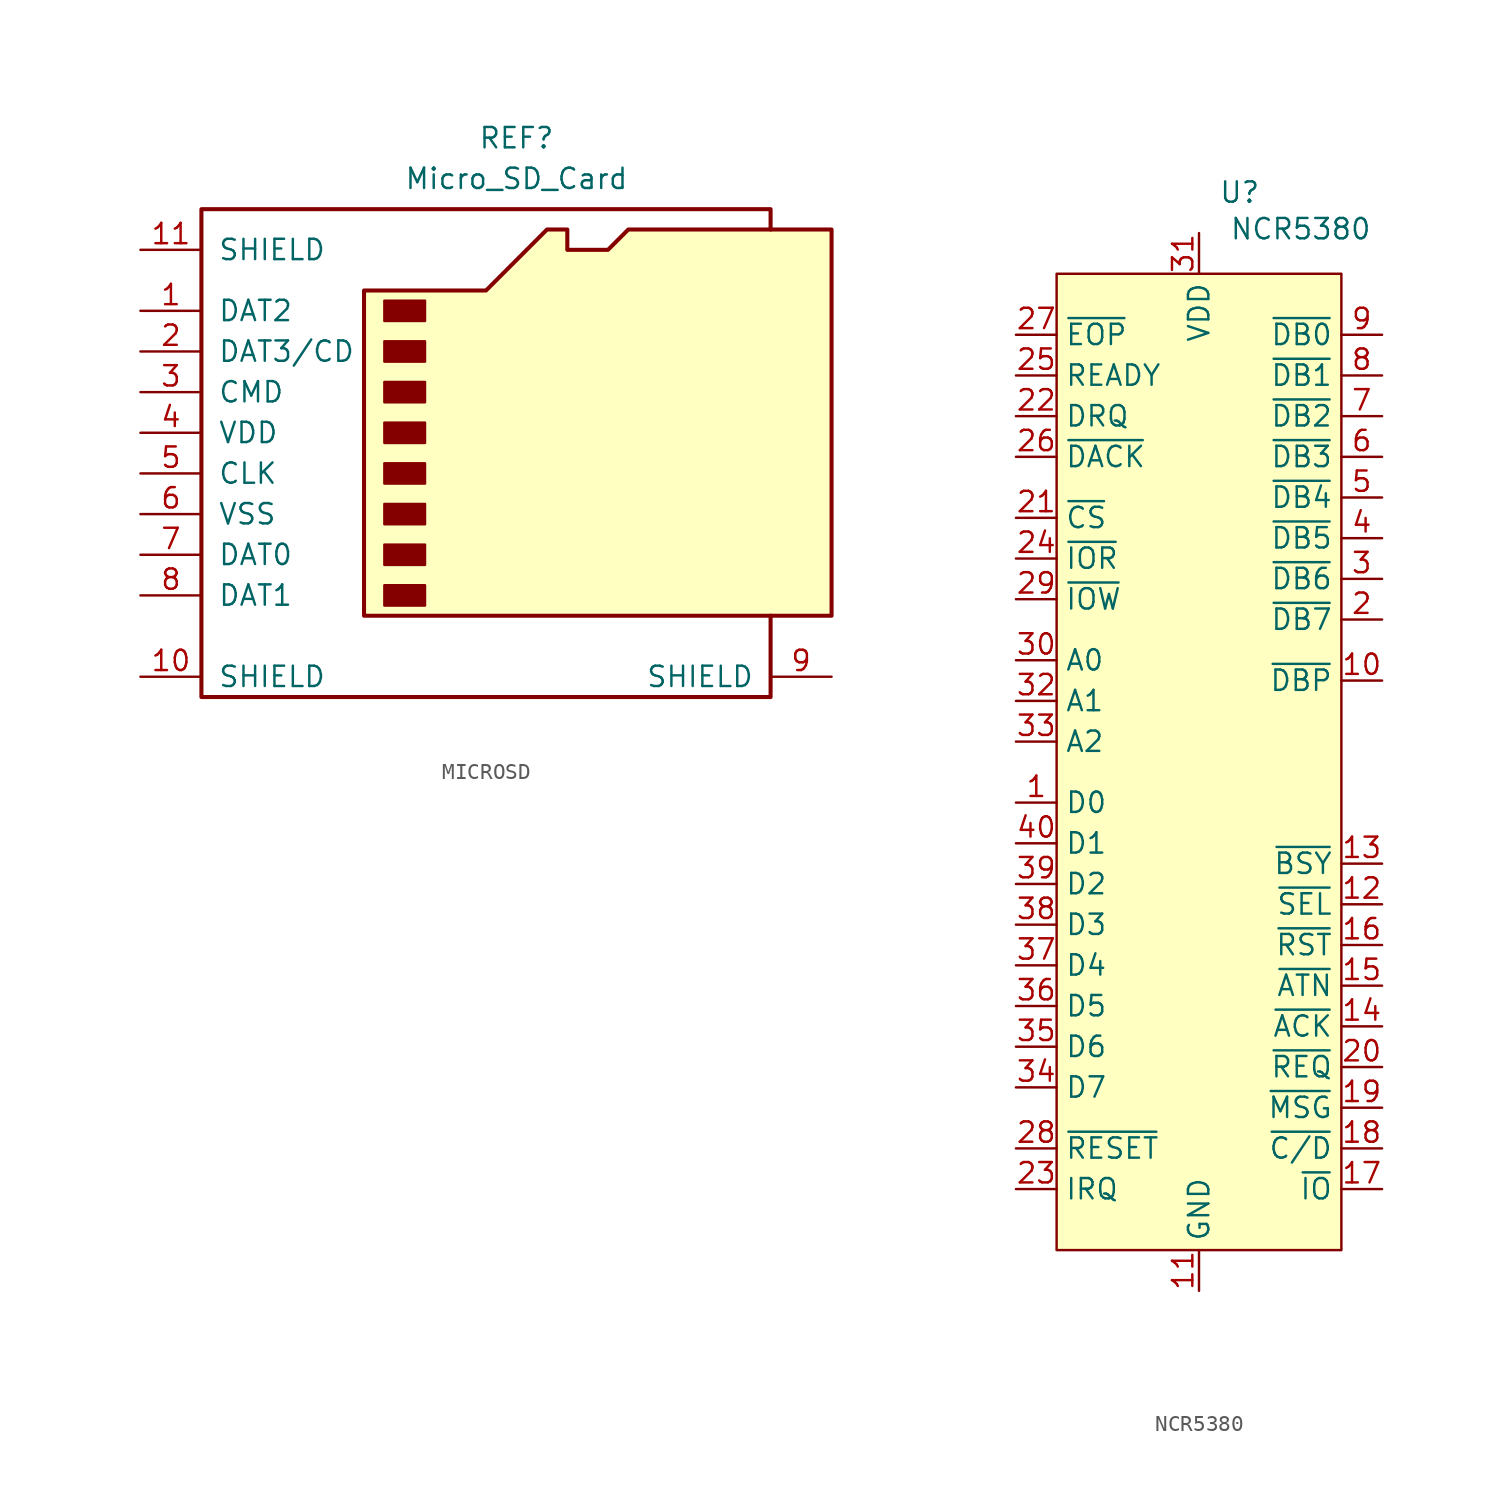
<source format=kicad_sym>
(kicad_symbol_lib
  (version 20231120)
  (generator "kicad_symbol_editor")
  (generator_version "8.0")
  (symbol "MICROSD"
    (pin_names
      (offset 1.016))
    (property "Reference" "REF"
      (at 0.635 18.415 0)
      (effects (font (size 1.27 1.27))))
    (property "Value" "Micro_SD_Card"
      (at 0.635 15.875 0)
      (effects (font (size 1.27 1.27))))
    (symbol "MICROSD_0_1"
      (rectangle (start -7.62 -9.525) (end -5.08 -10.795) (stroke (width 0) (type default)) (fill (type outline)))
      (rectangle (start -7.62 -6.985) (end -5.08 -8.255) (stroke (width 0) (type default)) (fill (type outline)))
      (rectangle (start -7.62 -4.445) (end -5.08 -5.715) (stroke (width 0) (type default)) (fill (type outline)))
      (rectangle (start -7.62 -1.905) (end -5.08 -3.175) (stroke (width 0) (type default)) (fill (type outline)))
      (rectangle (start -7.62 0.635) (end -5.08 -0.635) (stroke (width 0) (type default)) (fill (type outline)))
      (rectangle (start -7.62 3.175) (end -5.08 1.905) (stroke (width 0) (type default)) (fill (type outline)))
      (rectangle (start -7.62 5.715) (end -5.08 4.445) (stroke (width 0) (type default)) (fill (type outline)))
      (rectangle (start -7.62 8.255) (end -5.08 6.985) (stroke (width 0) (type default)) (fill (type outline)))
      (polyline (pts (xy 16.51 12.7) (xy 16.51 13.97) (xy -19.05 13.97) (xy -19.05 -16.51) (xy 16.51 -16.51) (xy 16.51 -11.43)) (stroke (width 0.254) (type default)) (fill (type none)))
      (polyline (pts (xy -8.89 -11.43) (xy -8.89 8.89) (xy -1.27 8.89) (xy 2.54 12.7) (xy 3.81 12.7) (xy 3.81 11.43) (xy 6.35 11.43) (xy 7.62 12.7) (xy 20.32 12.7) (xy 20.32 -11.43) (xy -8.89 -11.43)) (stroke (width 0.254) (type default)) (fill (type background))))
    (symbol "MICROSD_1_1"
      (pin bidirectional line (at -22.86 7.62 0) (length 3.81) (name "DAT2" (effects (font (size 1.27 1.27)))) (number "1" (effects (font (size 1.27 1.27)))))
      (pin passive line (at -22.86 -15.24 0) (length 3.81) (name "SHIELD" (effects (font (size 1.27 1.27)))) (number "10" (effects (font (size 1.27 1.27)))))
      (pin passive line (at -22.86 11.43 0) (length 3.81) (name "SHIELD" (effects (font (size 1.27 1.27)))) (number "11" (effects (font (size 1.27 1.27)))))
      (pin bidirectional line (at -22.86 5.08 0) (length 3.81) (name "DAT3/CD" (effects (font (size 1.27 1.27)))) (number "2" (effects (font (size 1.27 1.27)))))
      (pin input line (at -22.86 2.54 0) (length 3.81) (name "CMD" (effects (font (size 1.27 1.27)))) (number "3" (effects (font (size 1.27 1.27)))))
      (pin power_in line (at -22.86 0 0) (length 3.81) (name "VDD" (effects (font (size 1.27 1.27)))) (number "4" (effects (font (size 1.27 1.27)))))
      (pin input line (at -22.86 -2.54 0) (length 3.81) (name "CLK" (effects (font (size 1.27 1.27)))) (number "5" (effects (font (size 1.27 1.27)))))
      (pin power_in line (at -22.86 -5.08 0) (length 3.81) (name "VSS" (effects (font (size 1.27 1.27)))) (number "6" (effects (font (size 1.27 1.27)))))
      (pin bidirectional line (at -22.86 -7.62 0) (length 3.81) (name "DAT0" (effects (font (size 1.27 1.27)))) (number "7" (effects (font (size 1.27 1.27)))))
      (pin bidirectional line (at -22.86 -10.16 0) (length 3.81) (name "DAT1" (effects (font (size 1.27 1.27)))) (number "8" (effects (font (size 1.27 1.27)))))
      (pin passive line (at 20.32 -15.24 180) (length 3.81) (name "SHIELD" (effects (font (size 1.27 1.27)))) (number "9" (effects (font (size 1.27 1.27)))))))
  (symbol "NCR5380"
    (property "Reference" "U"
      (at 2.54 34.29 0)
      (effects (font (size 1.27 1.27))))
    (property "Value" "NCR5380"
      (at 6.35 32.004 0)
      (effects (font (size 1.27 1.27))))
    (symbol "NCR5380_0_0"
      (pin bidirectional line (at -11.43 -3.81 0) (length 2.54) (name "D0" (effects (font (size 1.27 1.27)))) (number "1" (effects (font (size 1.27 1.27)))))
      (pin bidirectional line (at 11.43 3.81 180) (length 2.54) (name "~{DBP}" (effects (font (size 1.27 1.27)))) (number "10" (effects (font (size 1.27 1.27)))))
      (pin power_in line (at 0 -34.29 90) (length 2.54) (name "GND" (effects (font (size 1.27 1.27)))) (number "11" (effects (font (size 1.27 1.27)))))
      (pin bidirectional line (at 11.43 -10.16 180) (length 2.54) (name "~{SEL}" (effects (font (size 1.27 1.27)))) (number "12" (effects (font (size 1.27 1.27)))))
      (pin bidirectional line (at 11.43 -7.62 180) (length 2.54) (name "~{BSY}" (effects (font (size 1.27 1.27)))) (number "13" (effects (font (size 1.27 1.27)))))
      (pin bidirectional line (at 11.43 -17.78 180) (length 2.54) (name "~{ACK}" (effects (font (size 1.27 1.27)))) (number "14" (effects (font (size 1.27 1.27)))))
      (pin bidirectional line (at 11.43 -15.24 180) (length 2.54) (name "~{ATN}" (effects (font (size 1.27 1.27)))) (number "15" (effects (font (size 1.27 1.27)))))
      (pin bidirectional line (at 11.43 -12.7 180) (length 2.54) (name "~{RST}" (effects (font (size 1.27 1.27)))) (number "16" (effects (font (size 1.27 1.27)))))
      (pin bidirectional line (at 11.43 -27.94 180) (length 2.54) (name "~{IO}" (effects (font (size 1.27 1.27)))) (number "17" (effects (font (size 1.27 1.27)))))
      (pin bidirectional line (at 11.43 -25.4 180) (length 2.54) (name "~{C/D}" (effects (font (size 1.27 1.27)))) (number "18" (effects (font (size 1.27 1.27)))))
      (pin bidirectional line (at 11.43 -22.86 180) (length 2.54) (name "~{MSG}" (effects (font (size 1.27 1.27)))) (number "19" (effects (font (size 1.27 1.27)))))
      (pin bidirectional line (at 11.43 7.62 180) (length 2.54) (name "~{DB7}" (effects (font (size 1.27 1.27)))) (number "2" (effects (font (size 1.27 1.27)))))
      (pin bidirectional line (at 11.43 -20.32 180) (length 2.54) (name "~{REQ}" (effects (font (size 1.27 1.27)))) (number "20" (effects (font (size 1.27 1.27)))))
      (pin input line (at -11.43 13.97 0) (length 2.54) (name "~{CS}" (effects (font (size 1.27 1.27)))) (number "21" (effects (font (size 1.27 1.27)))))
      (pin output line (at -11.43 20.32 0) (length 2.54) (name "DRQ" (effects (font (size 1.27 1.27)))) (number "22" (effects (font (size 1.27 1.27)))))
      (pin output line (at -11.43 -27.94 0) (length 2.54) (name "IRQ" (effects (font (size 1.27 1.27)))) (number "23" (effects (font (size 1.27 1.27)))))
      (pin input line (at -11.43 11.43 0) (length 2.54) (name "~{IOR}" (effects (font (size 1.27 1.27)))) (number "24" (effects (font (size 1.27 1.27)))))
      (pin output line (at -11.43 22.86 0) (length 2.54) (name "READY" (effects (font (size 1.27 1.27)))) (number "25" (effects (font (size 1.27 1.27)))))
      (pin input line (at -11.43 17.78 0) (length 2.54) (name "~{DACK}" (effects (font (size 1.27 1.27)))) (number "26" (effects (font (size 1.27 1.27)))))
      (pin input line (at -11.43 25.4 0) (length 2.54) (name "~{EOP}" (effects (font (size 1.27 1.27)))) (number "27" (effects (font (size 1.27 1.27)))))
      (pin input line (at -11.43 -25.4 0) (length 2.54) (name "~{RESET}" (effects (font (size 1.27 1.27)))) (number "28" (effects (font (size 1.27 1.27)))))
      (pin input line (at -11.43 8.89 0) (length 2.54) (name "~{IOW}" (effects (font (size 1.27 1.27)))) (number "29" (effects (font (size 1.27 1.27)))))
      (pin bidirectional line (at 11.43 10.16 180) (length 2.54) (name "~{DB6}" (effects (font (size 1.27 1.27)))) (number "3" (effects (font (size 1.27 1.27)))))
      (pin input line (at -11.43 5.08 0) (length 2.54) (name "A0" (effects (font (size 1.27 1.27)))) (number "30" (effects (font (size 1.27 1.27)))))
      (pin power_in line (at 0 31.75 270) (length 2.54) (name "VDD" (effects (font (size 1.27 1.27)))) (number "31" (effects (font (size 1.27 1.27)))))
      (pin input line (at -11.43 2.54 0) (length 2.54) (name "A1" (effects (font (size 1.27 1.27)))) (number "32" (effects (font (size 1.27 1.27)))))
      (pin input line (at -11.43 0 0) (length 2.54) (name "A2" (effects (font (size 1.27 1.27)))) (number "33" (effects (font (size 1.27 1.27)))))
      (pin bidirectional line (at -11.43 -21.59 0) (length 2.54) (name "D7" (effects (font (size 1.27 1.27)))) (number "34" (effects (font (size 1.27 1.27)))))
      (pin bidirectional line (at -11.43 -19.05 0) (length 2.54) (name "D6" (effects (font (size 1.27 1.27)))) (number "35" (effects (font (size 1.27 1.27)))))
      (pin bidirectional line (at -11.43 -16.51 0) (length 2.54) (name "D5" (effects (font (size 1.27 1.27)))) (number "36" (effects (font (size 1.27 1.27)))))
      (pin bidirectional line (at -11.43 -13.97 0) (length 2.54) (name "D4" (effects (font (size 1.27 1.27)))) (number "37" (effects (font (size 1.27 1.27)))))
      (pin bidirectional line (at -11.43 -11.43 0) (length 2.54) (name "D3" (effects (font (size 1.27 1.27)))) (number "38" (effects (font (size 1.27 1.27)))))
      (pin bidirectional line (at -11.43 -8.89 0) (length 2.54) (name "D2" (effects (font (size 1.27 1.27)))) (number "39" (effects (font (size 1.27 1.27)))))
      (pin bidirectional line (at 11.43 12.7 180) (length 2.54) (name "~{DB5}" (effects (font (size 1.27 1.27)))) (number "4" (effects (font (size 1.27 1.27)))))
      (pin bidirectional line (at -11.43 -6.35 0) (length 2.54) (name "D1" (effects (font (size 1.27 1.27)))) (number "40" (effects (font (size 1.27 1.27)))))
      (pin bidirectional line (at 11.43 15.24 180) (length 2.54) (name "~{DB4}" (effects (font (size 1.27 1.27)))) (number "5" (effects (font (size 1.27 1.27)))))
      (pin bidirectional line (at 11.43 17.78 180) (length 2.54) (name "~{DB3}" (effects (font (size 1.27 1.27)))) (number "6" (effects (font (size 1.27 1.27)))))
      (pin bidirectional line (at 11.43 20.32 180) (length 2.54) (name "~{DB2}" (effects (font (size 1.27 1.27)))) (number "7" (effects (font (size 1.27 1.27)))))
      (pin bidirectional line (at 11.43 22.86 180) (length 2.54) (name "~{DB1}" (effects (font (size 1.27 1.27)))) (number "8" (effects (font (size 1.27 1.27)))))
      (pin bidirectional line (at 11.43 25.4 180) (length 2.54) (name "~{DB0}" (effects (font (size 1.27 1.27)))) (number "9" (effects (font (size 1.27 1.27))))))
    (symbol "NCR5380_1_1"
      (rectangle (start -8.89 29.21) (end 8.89 -31.75) (stroke (width 0) (type default)) (fill (type background))))))
</source>
